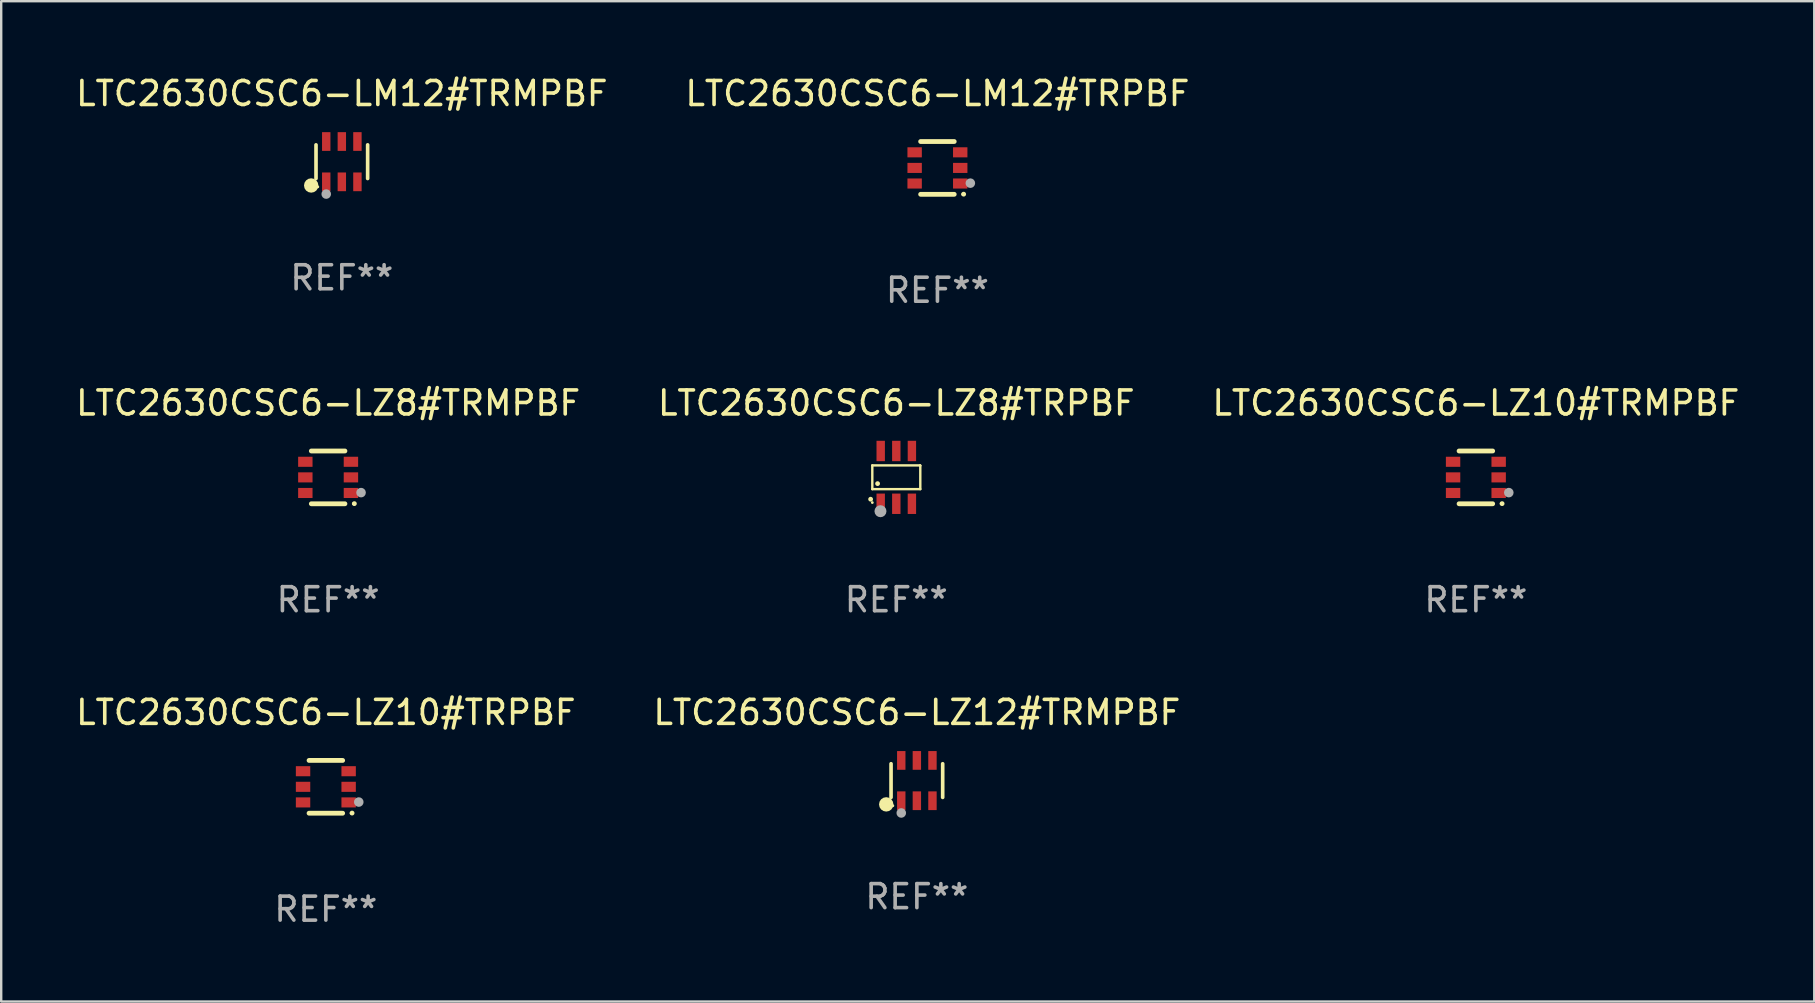
<source format=kicad_pcb>
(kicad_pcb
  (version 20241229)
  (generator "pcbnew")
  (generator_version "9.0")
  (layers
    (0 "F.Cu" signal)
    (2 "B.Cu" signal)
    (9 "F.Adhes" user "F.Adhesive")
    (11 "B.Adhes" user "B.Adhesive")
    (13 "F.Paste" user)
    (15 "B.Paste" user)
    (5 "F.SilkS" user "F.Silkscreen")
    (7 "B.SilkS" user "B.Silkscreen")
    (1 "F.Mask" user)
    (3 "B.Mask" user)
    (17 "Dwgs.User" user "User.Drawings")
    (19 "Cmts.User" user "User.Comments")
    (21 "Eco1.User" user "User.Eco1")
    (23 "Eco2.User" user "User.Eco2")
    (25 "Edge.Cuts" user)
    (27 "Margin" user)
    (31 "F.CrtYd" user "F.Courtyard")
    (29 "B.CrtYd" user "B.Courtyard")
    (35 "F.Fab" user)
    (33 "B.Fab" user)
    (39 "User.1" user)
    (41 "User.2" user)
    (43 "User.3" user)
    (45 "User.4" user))
  (footprint "LTC2630CSC6-LZ10#TRPBF"
    (layer "F.Cu")
    (at 10.53 29.741)
    (property "Reference" "LTC2630CSC6-LZ10#TRPBF" (at 0 -3.1 0) (layer "F.SilkS") (effects (font (size 1 1) (thickness 0.15))))
    (attr through_hole)
    (fp_line (start -0.7 -1.1) (end 0.7 -1.1) (stroke (width 0.2) (type solid)) (layer "F.SilkS"))
    (fp_line (start -0.7 1.1) (end 0.7 1.1) (stroke (width 0.2) (type solid)) (layer "F.SilkS"))
    (fp_arc (start 1.090932 1.094209) (mid 1.092202 1.094203) (end 1.093472 1.094209) (stroke (width 0.2) (type solid)) (layer "F.SilkS"))
    (fp_circle (center 1.053 1.1) (end 1.083 1.1) (stroke (width 0.06) (type solid)) (fill no) (layer "F.SilkS"))
    (fp_circle (center 1.372 0.635) (end 1.472 0.635) (stroke (width 0.2) (type solid)) (fill no) (layer "F.Fab"))
    (fp_text user "REF**" (at 0 5.1 0) (layer "F.Fab") (effects (font (size 1 1) (thickness 0.15))))
    (pad "1" smd rect (at 0.95 0.65 90) (size 0.42 0.6) (layers "F.Cu" "F.Mask" "F.Paste"))
    (pad "2" smd rect (at 0.95 0 90) (size 0.42 0.6) (layers "F.Cu" "F.Mask" "F.Paste"))
    (pad "3" smd rect (at 0.95 -0.65 90) (size 0.42 0.6) (layers "F.Cu" "F.Mask" "F.Paste"))
    (pad "4" smd rect (at -0.95 -0.65 270) (size 0.42 0.6) (layers "F.Cu" "F.Mask" "F.Paste"))
    (pad "5" smd rect (at -0.95 0 270) (size 0.42 0.6) (layers "F.Cu" "F.Mask" "F.Paste"))
    (pad "6" smd rect (at -0.95 0.65 270) (size 0.42 0.6) (layers "F.Cu" "F.Mask" "F.Paste")))
  (footprint "LTC2630CSC6-LZ8#TRMPBF"
    (layer "F.Cu")
    (at 10.625 16.845)
    (property "Reference" "LTC2630CSC6-LZ8#TRMPBF" (at 0 -3.1 0) (layer "F.SilkS") (effects (font (size 1 1) (thickness 0.15))))
    (attr through_hole)
    (fp_line (start -0.7 -1.1) (end 0.7 -1.1) (stroke (width 0.2) (type solid)) (layer "F.SilkS"))
    (fp_line (start -0.7 1.1) (end 0.7 1.1) (stroke (width 0.2) (type solid)) (layer "F.SilkS"))
    (fp_arc (start 1.090932 1.094209) (mid 1.092202 1.094203) (end 1.093472 1.094209) (stroke (width 0.2) (type solid)) (layer "F.SilkS"))
    (fp_circle (center 1.053 1.1) (end 1.083 1.1) (stroke (width 0.06) (type solid)) (fill no) (layer "F.SilkS"))
    (fp_circle (center 1.372 0.635) (end 1.472 0.635) (stroke (width 0.2) (type solid)) (fill no) (layer "F.Fab"))
    (fp_text user "REF**" (at 0 5.1 0) (layer "F.Fab") (effects (font (size 1 1) (thickness 0.15))))
    (pad "1" smd rect (at 0.95 0.65 90) (size 0.42 0.6) (layers "F.Cu" "F.Mask" "F.Paste"))
    (pad "2" smd rect (at 0.95 0 90) (size 0.42 0.6) (layers "F.Cu" "F.Mask" "F.Paste"))
    (pad "3" smd rect (at 0.95 -0.65 90) (size 0.42 0.6) (layers "F.Cu" "F.Mask" "F.Paste"))
    (pad "4" smd rect (at -0.95 -0.65 270) (size 0.42 0.6) (layers "F.Cu" "F.Mask" "F.Paste"))
    (pad "5" smd rect (at -0.95 0 270) (size 0.42 0.6) (layers "F.Cu" "F.Mask" "F.Paste"))
    (pad "6" smd rect (at -0.95 0.65 270) (size 0.42 0.6) (layers "F.Cu" "F.Mask" "F.Paste")))
  (footprint "LTC2630CSC6-LM12#TRMPBF"
    (layer "F.Cu")
    (at 11.196 3.688)
    (property "Reference" "LTC2630CSC6-LM12#TRMPBF" (at 0 -2.84 0) (layer "F.SilkS") (effects (font (size 1 1) (thickness 0.15))))
    (attr through_hole)
    (fp_line (start -1.076 0.701) (end -1.076 -0.701) (stroke (width 0.152) (type solid)) (layer "F.SilkS"))
    (fp_line (start 1.076 0.701) (end 1.076 -0.701) (stroke (width 0.152) (type solid)) (layer "F.SilkS"))
    (fp_circle (center -1.277 0.992) (end -1.127 0.992) (stroke (width 0.3) (type solid)) (fill no) (layer "F.SilkS"))
    (fp_circle (center -1 1.05) (end -0.97 1.05) (stroke (width 0.06) (type solid)) (fill no) (layer "F.SilkS"))
    (fp_circle (center -0.65 1.35) (end -0.55 1.35) (stroke (width 0.2) (type solid)) (fill no) (layer "F.Fab"))
    (fp_text user "REF**" (at 0 4.84 0) (layer "F.Fab") (effects (font (size 1 1) (thickness 0.15))))
    (pad "1" smd rect (at -0.65 0.84) (size 0.35 0.78) (layers "F.Cu" "F.Mask" "F.Paste"))
    (pad "2" smd rect (at 0 0.84) (size 0.35 0.78) (layers "F.Cu" "F.Mask" "F.Paste"))
    (pad "3" smd rect (at 0.65 0.84) (size 0.35 0.78) (layers "F.Cu" "F.Mask" "F.Paste"))
    (pad "4" smd rect (at 0.65 -0.84) (size 0.35 0.78) (layers "F.Cu" "F.Mask" "F.Paste"))
    (pad "5" smd rect (at 0 -0.84) (size 0.35 0.78) (layers "F.Cu" "F.Mask" "F.Paste"))
    (pad "6" smd rect (at -0.65 -0.84) (size 0.35 0.78) (layers "F.Cu" "F.Mask" "F.Paste")))
  (footprint "LTC2630CSC6-LZ10#TRMPBF"
    (layer "F.Cu")
    (at 58.458 16.845)
    (property "Reference" "LTC2630CSC6-LZ10#TRMPBF" (at 0 -3.1 0) (layer "F.SilkS") (effects (font (size 1 1) (thickness 0.15))))
    (attr through_hole)
    (fp_line (start -0.7 -1.1) (end 0.7 -1.1) (stroke (width 0.2) (type solid)) (layer "F.SilkS"))
    (fp_line (start -0.7 1.1) (end 0.7 1.1) (stroke (width 0.2) (type solid)) (layer "F.SilkS"))
    (fp_arc (start 1.090932 1.094209) (mid 1.092202 1.094203) (end 1.093472 1.094209) (stroke (width 0.2) (type solid)) (layer "F.SilkS"))
    (fp_circle (center 1.053 1.1) (end 1.083 1.1) (stroke (width 0.06) (type solid)) (fill no) (layer "F.SilkS"))
    (fp_circle (center 1.372 0.635) (end 1.472 0.635) (stroke (width 0.2) (type solid)) (fill no) (layer "F.Fab"))
    (fp_text user "REF**" (at 0 5.1 0) (layer "F.Fab") (effects (font (size 1 1) (thickness 0.15))))
    (pad "1" smd rect (at 0.95 0.65 90) (size 0.42 0.6) (layers "F.Cu" "F.Mask" "F.Paste"))
    (pad "2" smd rect (at 0.95 0 90) (size 0.42 0.6) (layers "F.Cu" "F.Mask" "F.Paste"))
    (pad "3" smd rect (at 0.95 -0.65 90) (size 0.42 0.6) (layers "F.Cu" "F.Mask" "F.Paste"))
    (pad "4" smd rect (at -0.95 -0.65 270) (size 0.42 0.6) (layers "F.Cu" "F.Mask" "F.Paste"))
    (pad "5" smd rect (at -0.95 0 270) (size 0.42 0.6) (layers "F.Cu" "F.Mask" "F.Paste"))
    (pad "6" smd rect (at -0.95 0.65 270) (size 0.42 0.6) (layers "F.Cu" "F.Mask" "F.Paste")))
  (footprint "LTC2630CSC6-LM12#TRPBF"
    (layer "F.Cu")
    (at 36.018 3.948)
    (property "Reference" "LTC2630CSC6-LM12#TRPBF" (at 0 -3.1 0) (layer "F.SilkS") (effects (font (size 1 1) (thickness 0.15))))
    (attr through_hole)
    (fp_line (start -0.7 -1.1) (end 0.7 -1.1) (stroke (width 0.2) (type solid)) (layer "F.SilkS"))
    (fp_line (start -0.7 1.1) (end 0.7 1.1) (stroke (width 0.2) (type solid)) (layer "F.SilkS"))
    (fp_arc (start 1.090932 1.094209) (mid 1.092202 1.094203) (end 1.093472 1.094209) (stroke (width 0.2) (type solid)) (layer "F.SilkS"))
    (fp_circle (center 1.053 1.1) (end 1.083 1.1) (stroke (width 0.06) (type solid)) (fill no) (layer "F.SilkS"))
    (fp_circle (center 1.372 0.635) (end 1.472 0.635) (stroke (width 0.2) (type solid)) (fill no) (layer "F.Fab"))
    (fp_text user "REF**" (at 0 5.1 0) (layer "F.Fab") (effects (font (size 1 1) (thickness 0.15))))
    (pad "1" smd rect (at 0.95 0.65 90) (size 0.42 0.6) (layers "F.Cu" "F.Mask" "F.Paste"))
    (pad "2" smd rect (at 0.95 0 90) (size 0.42 0.6) (layers "F.Cu" "F.Mask" "F.Paste"))
    (pad "3" smd rect (at 0.95 -0.65 90) (size 0.42 0.6) (layers "F.Cu" "F.Mask" "F.Paste"))
    (pad "4" smd rect (at -0.95 -0.65 270) (size 0.42 0.6) (layers "F.Cu" "F.Mask" "F.Paste"))
    (pad "5" smd rect (at -0.95 0 270) (size 0.42 0.6) (layers "F.Cu" "F.Mask" "F.Paste"))
    (pad "6" smd rect (at -0.95 0.65 270) (size 0.42 0.6) (layers "F.Cu" "F.Mask" "F.Paste")))
  (footprint "LTC2630CSC6-LZ8#TRPBF"
    (layer "F.Cu")
    (at 34.304 16.845)
    (property "Reference" "LTC2630CSC6-LZ8#TRPBF" (at 0 -3.1 0) (layer "F.SilkS") (effects (font (size 1 1) (thickness 0.15))))
    (attr through_hole)
    (fp_line (start -1 -0.5) (end -1 0.49) (stroke (width 0.1) (type solid)) (layer "F.SilkS"))
    (fp_line (start -1 0.49) (end 1 0.49) (stroke (width 0.1) (type solid)) (layer "F.SilkS"))
    (fp_line (start 0.99 -0.5) (end -1 -0.5) (stroke (width 0.1) (type solid)) (layer "F.SilkS"))
    (fp_line (start 1 -0.49) (end 0.99 -0.5) (stroke (width 0.1) (type solid)) (layer "F.SilkS"))
    (fp_line (start 1 0.49) (end 1 -0.49) (stroke (width 0.1) (type solid)) (layer "F.SilkS"))
    (fp_circle (center -1.07 0.91) (end -1.02 0.91) (stroke (width 0.1) (type solid)) (fill no) (layer "F.SilkS"))
    (fp_circle (center -1 1.05) (end -0.97 1.05) (stroke (width 0.06) (type solid)) (fill no) (layer "F.SilkS"))
    (fp_circle (center -0.78 0.26) (end -0.73 0.26) (stroke (width 0.1) (type solid)) (fill no) (layer "F.SilkS"))
    (fp_circle (center -0.66 1.41) (end -0.535 1.41) (stroke (width 0.25) (type solid)) (fill no) (layer "F.Fab"))
    (fp_text user "REF**" (at 0 5.1 0) (layer "F.Fab") (effects (font (size 1 1) (thickness 0.15))))
    (pad "1" smd rect (at -0.65 1.1) (size 0.35 0.85) (layers "F.Cu" "F.Mask" "F.Paste"))
    (pad "2" smd rect (at 0 1.1) (size 0.35 0.85) (layers "F.Cu" "F.Mask" "F.Paste"))
    (pad "3" smd rect (at 0.65 1.1) (size 0.35 0.85) (layers "F.Cu" "F.Mask" "F.Paste"))
    (pad "4" smd rect (at 0.65 -1.1) (size 0.35 0.85) (layers "F.Cu" "F.Mask" "F.Paste"))
    (pad "5" smd rect (at 0 -1.1) (size 0.35 0.85) (layers "F.Cu" "F.Mask" "F.Paste"))
    (pad "6" smd rect (at -0.65 -1.1) (size 0.35 0.85) (layers "F.Cu" "F.Mask" "F.Paste")))
  (footprint "LTC2630CSC6-LZ12#TRMPBF"
    (layer "F.Cu")
    (at 35.161 29.481)
    (property "Reference" "LTC2630CSC6-LZ12#TRMPBF" (at 0 -2.84 0) (layer "F.SilkS") (effects (font (size 1 1) (thickness 0.15))))
    (attr through_hole)
    (fp_line (start -1.076 0.701) (end -1.076 -0.701) (stroke (width 0.152) (type solid)) (layer "F.SilkS"))
    (fp_line (start 1.076 0.701) (end 1.076 -0.701) (stroke (width 0.152) (type solid)) (layer "F.SilkS"))
    (fp_circle (center -1.277 0.992) (end -1.127 0.992) (stroke (width 0.3) (type solid)) (fill no) (layer "F.SilkS"))
    (fp_circle (center -1 1.05) (end -0.97 1.05) (stroke (width 0.06) (type solid)) (fill no) (layer "F.SilkS"))
    (fp_circle (center -0.65 1.35) (end -0.55 1.35) (stroke (width 0.2) (type solid)) (fill no) (layer "F.Fab"))
    (fp_text user "REF**" (at 0 4.84 0) (layer "F.Fab") (effects (font (size 1 1) (thickness 0.15))))
    (pad "1" smd rect (at -0.65 0.84) (size 0.35 0.78) (layers "F.Cu" "F.Mask" "F.Paste"))
    (pad "2" smd rect (at 0 0.84) (size 0.35 0.78) (layers "F.Cu" "F.Mask" "F.Paste"))
    (pad "3" smd rect (at 0.65 0.84) (size 0.35 0.78) (layers "F.Cu" "F.Mask" "F.Paste"))
    (pad "4" smd rect (at 0.65 -0.84) (size 0.35 0.78) (layers "F.Cu" "F.Mask" "F.Paste"))
    (pad "5" smd rect (at 0 -0.84) (size 0.35 0.78) (layers "F.Cu" "F.Mask" "F.Paste"))
    (pad "6" smd rect (at -0.65 -0.84) (size 0.35 0.78) (layers "F.Cu" "F.Mask" "F.Paste")))
  (gr_rect
    (start -3 -3)
    (end 72.56 38.69)
    (stroke (width 0.1) (type default))
    (fill no)
    (layer "Edge.Cuts")))
</source>
